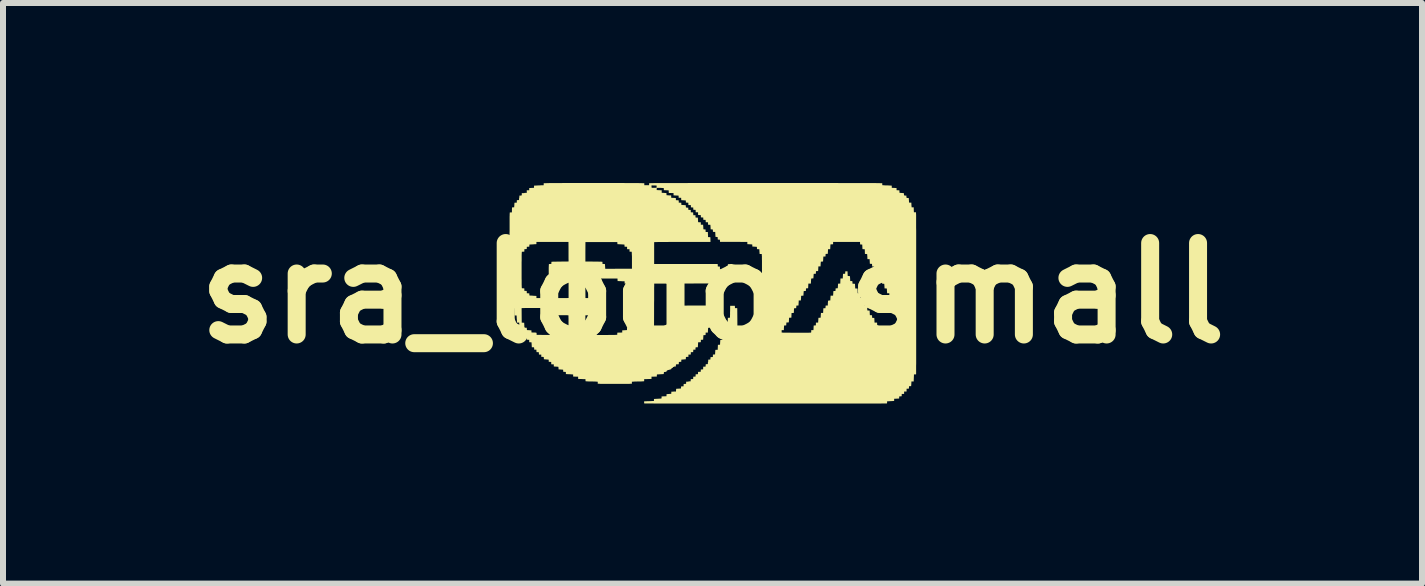
<source format=kicad_pcb>
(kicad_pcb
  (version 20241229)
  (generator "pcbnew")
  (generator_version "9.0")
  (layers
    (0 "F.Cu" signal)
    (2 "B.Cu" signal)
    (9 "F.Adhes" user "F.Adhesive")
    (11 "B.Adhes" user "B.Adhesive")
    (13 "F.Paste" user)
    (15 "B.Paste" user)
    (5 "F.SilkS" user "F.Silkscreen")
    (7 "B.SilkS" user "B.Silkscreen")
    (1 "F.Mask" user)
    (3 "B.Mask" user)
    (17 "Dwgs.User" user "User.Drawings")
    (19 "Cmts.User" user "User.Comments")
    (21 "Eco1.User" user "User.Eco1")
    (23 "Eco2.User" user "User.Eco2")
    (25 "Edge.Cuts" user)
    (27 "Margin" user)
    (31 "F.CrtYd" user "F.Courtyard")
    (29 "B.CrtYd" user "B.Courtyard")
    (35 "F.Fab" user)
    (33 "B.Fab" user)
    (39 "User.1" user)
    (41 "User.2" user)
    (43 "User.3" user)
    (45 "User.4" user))
  (footprint "sra_logo_small"
    (layer "F.Cu")
    (at 8.825 1.835)
    (property "Reference" "sra_logo_small" (at 0 0 0) (layer "F.SilkS") (effects (font (size 1.524 1.524) (thickness 0.3))))
    (attr board_only exclude_from_pos_files exclude_from_bom)
    (fp_poly (pts (xy 0.333 -0.448) (xy 0.351 -0.448) (xy 0.362 -0.447) (xy 0.369 -0.446) (xy 0.373 -0.445) (xy 0.375 -0.44) (xy 0.376 -0.432) (xy 0.376 -0.425) (xy 0.376 -0.408) (xy 0.412 -0.406) (xy 0.412 -0.246) (xy 0.373 -0.244) (xy 0.373 -0.198) (xy 0.361 -0.198) (xy 0.352 -0.198) (xy 0.34 -0.197) (xy 0.326 -0.197) (xy 0.323 -0.196) (xy 0.311 -0.196) (xy 0.302 -0.196) (xy 0.296 -0.196) (xy 0.295 -0.197) (xy 0.294 -0.2) (xy 0.294 -0.209) (xy 0.294 -0.221) (xy 0.293 -0.237) (xy 0.293 -0.255) (xy 0.293 -0.273) (xy 0.293 -0.295) (xy 0.293 -0.317) (xy 0.292 -0.338) (xy 0.292 -0.356) (xy 0.291 -0.371) (xy 0.291 -0.377) (xy 0.289 -0.408) (xy 0.256 -0.408) (xy 0.256 -0.482) (xy 0.282 -0.483) (xy 0.295 -0.484) (xy 0.308 -0.485) (xy 0.318 -0.485) (xy 0.321 -0.485) (xy 0.333 -0.485)) (stroke (width 0) (type solid)) (fill yes) (layer "F.SilkS"))
    (fp_poly (pts (xy -1.931 -1.835) (xy -1.871 -1.835) (xy -1.813 -1.835) (xy -1.755 -1.835) (xy -1.698 -1.835) (xy -1.642 -1.835) (xy -1.589 -1.835) (xy -1.537 -1.835) (xy -1.488 -1.835) (xy -1.442 -1.834) (xy -1.398 -1.834) (xy -1.358 -1.834) (xy -1.322 -1.834) (xy -1.29 -1.834) (xy -1.262 -1.834) (xy -1.238 -1.834) (xy -1.22 -1.833) (xy -1.207 -1.833) (xy -1.201 -1.833) (xy -1.137 -1.831) (xy -1.137 -1.798) (xy -1.057 -1.798) (xy -1.057 -1.831) (xy -1.024 -1.833) (xy -1.02 -1.833) (xy -1.009 -1.833) (xy -0.993 -1.833) (xy -0.972 -1.834) (xy -0.946 -1.834) (xy -0.915 -1.834) (xy -0.88 -1.834) (xy -0.84 -1.834) (xy -0.796 -1.834) (xy -0.748 -1.834) (xy -0.695 -1.834) (xy -0.64 -1.834) (xy -0.58 -1.834) (xy -0.518 -1.834) (xy -0.452 -1.834) (xy -0.383 -1.835) (xy -0.311 -1.835) (xy -0.237 -1.835) (xy -0.161 -1.835) (xy -0.082 -1.835) (xy -0.001 -1.835) (xy 0.081 -1.835) (xy 0.166 -1.835) (xy 0.252 -1.835) (xy 0.339 -1.835) (xy 0.427 -1.835) (xy 0.516 -1.835) (xy 0.606 -1.835) (xy 0.696 -1.835) (xy 0.787 -1.835) (xy 0.878 -1.835) (xy 0.968 -1.835) (xy 1.059 -1.835) (xy 1.149 -1.835) (xy 1.239 -1.835) (xy 1.328 -1.835) (xy 1.416 -1.835) (xy 1.503 -1.835) (xy 1.588 -1.835) (xy 1.673 -1.835) (xy 1.755 -1.835) (xy 1.835 -1.835) (xy 1.914 -1.835) (xy 1.99 -1.835) (xy 2.064 -1.835) (xy 2.135 -1.834) (xy 2.204 -1.834) (xy 2.269 -1.834) (xy 2.331 -1.834) (xy 2.39 -1.834) (xy 2.445 -1.834) (xy 2.497 -1.834) (xy 2.545 -1.834) (xy 2.588 -1.834) (xy 2.628 -1.834) (xy 2.662 -1.834) (xy 2.693 -1.834) (xy 2.718 -1.834) (xy 2.738 -1.833) (xy 2.753 -1.833) (xy 2.763 -1.833) (xy 2.766 -1.833) (xy 2.829 -1.831) (xy 2.829 -1.799) (xy 2.857 -1.797) (xy 2.872 -1.796) (xy 2.889 -1.795) (xy 2.904 -1.795) (xy 2.908 -1.795) (xy 2.921 -1.795) (xy 2.938 -1.794) (xy 2.954 -1.793) (xy 2.959 -1.793) (xy 2.987 -1.791) (xy 2.987 -1.755) (xy 3.027 -1.753) (xy 3.067 -1.751) (xy 3.067 -1.715) (xy 3.091 -1.714) (xy 3.114 -1.713) (xy 3.116 -1.672) (xy 3.135 -1.67) (xy 3.148 -1.669) (xy 3.164 -1.668) (xy 3.172 -1.667) (xy 3.19 -1.665) (xy 3.19 -1.649) (xy 3.191 -1.639) (xy 3.192 -1.632) (xy 3.194 -1.629) (xy 3.198 -1.627) (xy 3.207 -1.626) (xy 3.214 -1.625) (xy 3.231 -1.625) (xy 3.231 -1.609) (xy 3.231 -1.599) (xy 3.233 -1.592) (xy 3.234 -1.589) (xy 3.239 -1.587) (xy 3.247 -1.585) (xy 3.254 -1.585) (xy 3.27 -1.585) (xy 3.273 -1.547) (xy 3.275 -1.509) (xy 3.295 -1.508) (xy 3.314 -1.507) (xy 3.314 -1.495) (xy 3.314 -1.486) (xy 3.315 -1.474) (xy 3.315 -1.461) (xy 3.316 -1.457) (xy 3.318 -1.43) (xy 3.353 -1.429) (xy 3.354 -1.388) (xy 3.356 -1.348) (xy 3.373 -1.347) (xy 3.391 -1.347) (xy 3.392 -1.314) (xy 3.393 -1.309) (xy 3.393 -1.299) (xy 3.393 -1.283) (xy 3.393 -1.262) (xy 3.393 -1.236) (xy 3.393 -1.206) (xy 3.393 -1.172) (xy 3.393 -1.133) (xy 3.393 -1.09) (xy 3.394 -1.044) (xy 3.394 -0.994) (xy 3.394 -0.941) (xy 3.394 -0.885) (xy 3.394 -0.826) (xy 3.394 -0.765) (xy 3.394 -0.701) (xy 3.394 -0.634) (xy 3.394 -0.566) (xy 3.394 -0.497) (xy 3.394 -0.425) (xy 3.394 -0.353) (xy 3.394 -0.279) (xy 3.394 -0.204) (xy 3.394 -0.129) (xy 3.394 -0.054) (xy 3.394 0.022) (xy 3.394 0.098) (xy 3.394 0.174) (xy 3.394 0.249) (xy 3.394 0.323) (xy 3.394 0.397) (xy 3.394 0.469) (xy 3.394 0.54) (xy 3.394 0.61) (xy 3.394 0.678) (xy 3.394 0.744) (xy 3.394 0.807) (xy 3.394 0.869) (xy 3.394 0.927) (xy 3.394 0.983) (xy 3.394 1.036) (xy 3.394 1.085) (xy 3.394 1.131) (xy 3.394 1.173) (xy 3.393 1.212) (xy 3.393 1.246) (xy 3.393 1.275) (xy 3.393 1.301) (xy 3.393 1.321) (xy 3.393 1.336) (xy 3.393 1.346) (xy 3.393 1.351) (xy 3.393 1.351) (xy 3.39 1.354) (xy 3.384 1.355) (xy 3.374 1.355) (xy 3.357 1.355) (xy 3.357 1.369) (xy 3.356 1.377) (xy 3.356 1.389) (xy 3.355 1.404) (xy 3.355 1.42) (xy 3.354 1.427) (xy 3.353 1.472) (xy 3.334 1.473) (xy 3.315 1.473) (xy 3.313 1.512) (xy 3.31 1.55) (xy 3.293 1.551) (xy 3.275 1.552) (xy 3.274 1.572) (xy 3.272 1.592) (xy 3.253 1.593) (xy 3.234 1.594) (xy 3.234 1.64) (xy 3.193 1.64) (xy 3.193 1.68) (xy 3.153 1.68) (xy 3.153 1.699) (xy 3.152 1.719) (xy 3.111 1.722) (xy 3.11 1.757) (xy 3.027 1.761) (xy 3.027 1.797) (xy 2.996 1.799) (xy 2.979 1.8) (xy 2.96 1.801) (xy 2.943 1.802) (xy 2.937 1.802) (xy 2.909 1.804) (xy 2.909 1.821) (xy 2.909 1.831) (xy 2.907 1.837) (xy 2.904 1.839) (xy 2.901 1.839) (xy 2.893 1.839) (xy 2.879 1.839) (xy 2.859 1.839) (xy 2.835 1.839) (xy 2.806 1.84) (xy 2.772 1.84) (xy 2.734 1.84) (xy 2.691 1.84) (xy 2.644 1.84) (xy 2.594 1.84) (xy 2.539 1.84) (xy 2.481 1.84) (xy 2.419 1.84) (xy 2.354 1.84) (xy 2.286 1.84) (xy 2.215 1.84) (xy 2.142 1.84) (xy 2.066 1.84) (xy 1.987 1.84) (xy 1.906 1.84) (xy 1.823 1.84) (xy 1.739 1.84) (xy 1.653 1.84) (xy 1.565 1.84) (xy 1.476 1.84) (xy 1.385 1.84) (xy 1.294 1.84) (xy 1.202 1.84) (xy 1.11 1.84) (xy 1.017 1.84) (xy 0.923 1.84) (xy 0.83 1.84) (xy 0.737 1.84) (xy 0.644 1.84) (xy 0.551 1.84) (xy 0.459 1.84) (xy 0.368 1.84) (xy 0.278 1.84) (xy 0.189 1.84) (xy 0.102 1.84) (xy 0.016 1.84) (xy -0.069 1.84) (xy -0.151 1.84) (xy -0.231 1.84) (xy -0.31 1.84) (xy -0.385 1.84) (xy -0.459 1.84) (xy -0.529 1.84) (xy -0.597 1.84) (xy -0.661 1.84) (xy -0.722 1.84) (xy -0.78 1.84) (xy -0.834 1.84) (xy -0.884 1.84) (xy -0.93 1.84) (xy -0.972 1.84) (xy -1.01 1.839) (xy -1.043 1.839) (xy -1.071 1.839) (xy -1.095 1.839) (xy -1.113 1.839) (xy -1.126 1.839) (xy -1.134 1.839) (xy -1.136 1.839) (xy -1.139 1.835) (xy -1.14 1.826) (xy -1.14 1.821) (xy -1.14 1.804) (xy -1.095 1.802) (xy -1.075 1.801) (xy -1.054 1.801) (xy -1.033 1.8) (xy -1.016 1.799) (xy -1.013 1.799) (xy -0.976 1.797) (xy -0.976 1.764) (xy -0.92 1.761) (xy -0.902 1.76) (xy -0.886 1.759) (xy -0.872 1.758) (xy -0.862 1.758) (xy -0.857 1.757) (xy -0.857 1.757) (xy -0.853 1.757) (xy -0.851 1.754) (xy -0.85 1.749) (xy -0.849 1.74) (xy -0.849 1.722) (xy -0.808 1.72) (xy -0.768 1.719) (xy -0.766 1.684) (xy -0.727 1.681) (xy -0.688 1.678) (xy -0.686 1.643) (xy -0.66 1.642) (xy -0.646 1.641) (xy -0.634 1.64) (xy -0.624 1.64) (xy -0.621 1.64) (xy -0.609 1.64) (xy -0.608 1.618) (xy -0.607 1.606) (xy -0.606 1.599) (xy -0.604 1.595) (xy -0.603 1.595) (xy -0.599 1.594) (xy -0.59 1.594) (xy -0.578 1.593) (xy -0.564 1.592) (xy -0.562 1.592) (xy -0.526 1.59) (xy -0.524 1.555) (xy -0.503 1.554) (xy -0.483 1.553) (xy -0.482 1.534) (xy -0.481 1.515) (xy -0.461 1.513) (xy -0.441 1.512) (xy -0.439 1.476) (xy -0.421 1.476) (xy -0.411 1.476) (xy -0.404 1.475) (xy -0.401 1.473) (xy -0.397 1.472) (xy -0.389 1.471) (xy -0.382 1.47) (xy -0.365 1.47) (xy -0.363 1.434) (xy -0.343 1.433) (xy -0.323 1.432) (xy -0.322 1.412) (xy -0.321 1.393) (xy -0.302 1.392) (xy -0.283 1.391) (xy -0.282 1.372) (xy -0.281 1.353) (xy -0.262 1.352) (xy -0.243 1.351) (xy -0.242 1.332) (xy -0.241 1.313) (xy -0.219 1.312) (xy -0.197 1.311) (xy -0.196 1.292) (xy -0.195 1.272) (xy -0.176 1.272) (xy -0.157 1.271) (xy -0.155 1.226) (xy -0.136 1.226) (xy -0.116 1.225) (xy -0.113 1.185) (xy -0.078 1.183) (xy -0.078 1.166) (xy -0.077 1.157) (xy -0.076 1.15) (xy -0.075 1.147) (xy -0.073 1.144) (xy -0.072 1.136) (xy -0.072 1.127) (xy -0.072 1.109) (xy -0.036 1.107) (xy -0.033 1.067) (xy -0.014 1.066) (xy 0.005 1.065) (xy 0.006 1.044) (xy 0.007 1.024) (xy 0.025 1.023) (xy 0.042 1.022) (xy 0.047 0.946) (xy 0.066 0.945) (xy 0.086 0.945) (xy 0.088 0.903) (xy 0.09 0.862) (xy 0.107 0.861) (xy 0.125 0.86) (xy 0.127 0.821) (xy 0.13 0.781) (xy 0.15 0.78) (xy 0.171 0.78) (xy 0.172 0.739) (xy 0.174 0.699) (xy 0.192 0.698) (xy 0.211 0.696) (xy 0.213 0.65) (xy 0.213 0.634) (xy 0.214 0.618) (xy 0.215 0.604) (xy 0.215 0.594) (xy 0.215 0.591) (xy 0.215 0.577) (xy 0.251 0.576) (xy 0.253 0.505) (xy 0.254 0.485) (xy 0.254 0.466) (xy 0.254 0.449) (xy 0.255 0.436) (xy 0.255 0.426) (xy 0.255 0.423) (xy 0.256 0.411) (xy 0.273 0.411) (xy 0.282 0.411) (xy 0.288 0.41) (xy 0.29 0.408) (xy 0.29 0.403) (xy 0.29 0.403) (xy 0.291 0.398) (xy 0.291 0.388) (xy 0.291 0.374) (xy 0.292 0.357) (xy 0.292 0.337) (xy 0.292 0.315) (xy 0.293 0.303) (xy 0.294 0.211) (xy 0.372 0.211) (xy 0.373 0.23) (xy 0.374 0.25) (xy 0.393 0.25) (xy 0.412 0.251) (xy 0.414 0.474) (xy 0.415 0.696) (xy 0.618 0.697) (xy 0.82 0.698) (xy 0.822 0.667) (xy 0.823 0.659) (xy 0.823 0.657) (xy 1.152 0.657) (xy 1.171 0.658) (xy 1.177 0.659) (xy 1.188 0.659) (xy 1.204 0.659) (xy 1.224 0.659) (xy 1.248 0.659) (xy 1.276 0.659) (xy 1.306 0.66) (xy 1.338 0.66) (xy 1.373 0.66) (xy 1.408 0.66) (xy 1.414 0.66) (xy 1.458 0.66) (xy 1.496 0.66) (xy 1.529 0.66) (xy 1.557 0.66) (xy 1.581 0.66) (xy 1.6 0.66) (xy 1.615 0.659) (xy 1.627 0.659) (xy 1.635 0.658) (xy 1.64 0.658) (xy 1.642 0.657) (xy 1.642 0.657) (xy 1.644 0.652) (xy 1.645 0.644) (xy 1.645 0.636) (xy 1.645 0.617) (xy 1.682 0.617) (xy 1.684 0.579) (xy 1.686 0.54) (xy 1.704 0.539) (xy 1.722 0.538) (xy 1.723 0.491) (xy 1.76 0.491) (xy 1.765 0.412) (xy 1.783 0.411) (xy 1.802 0.409) (xy 1.804 0.37) (xy 1.807 0.33) (xy 1.843 0.33) (xy 1.845 0.292) (xy 1.847 0.253) (xy 1.865 0.252) (xy 1.882 0.251) (xy 1.884 0.23) (xy 1.885 0.208) (xy 1.903 0.207) (xy 1.921 0.207) (xy 1.922 0.17) (xy 1.923 0.156) (xy 1.924 0.143) (xy 1.925 0.134) (xy 1.925 0.129) (xy 1.925 0.129) (xy 1.927 0.127) (xy 1.933 0.125) (xy 1.944 0.123) (xy 1.963 0.122) (xy 1.965 0.083) (xy 1.968 0.043) (xy 2.009 0.043) (xy 2.012 0.004) (xy 2.014 -0.034) (xy 2.031 -0.035) (xy 2.049 -0.036) (xy 2.052 -0.079) (xy 2.069 -0.08) (xy 2.087 -0.081) (xy 2.09 -0.119) (xy 2.092 -0.157) (xy 2.129 -0.159) (xy 2.132 -0.243) (xy 2.152 -0.244) (xy 2.171 -0.244) (xy 2.171 -0.257) (xy 2.171 -0.265) (xy 2.172 -0.277) (xy 2.173 -0.291) (xy 2.173 -0.295) (xy 2.175 -0.321) (xy 2.21 -0.323) (xy 2.213 -0.363) (xy 2.25 -0.363) (xy 2.251 -0.325) (xy 2.253 -0.286) (xy 2.29 -0.283) (xy 2.293 -0.242) (xy 2.295 -0.201) (xy 2.33 -0.2) (xy 2.332 -0.178) (xy 2.333 -0.157) (xy 2.374 -0.155) (xy 2.376 -0.116) (xy 2.378 -0.078) (xy 2.397 -0.077) (xy 2.417 -0.076) (xy 2.418 -0.037) (xy 2.419 0.001) (xy 2.438 0.003) (xy 2.457 0.004) (xy 2.462 0.08) (xy 2.479 0.081) (xy 2.497 0.082) (xy 2.5 0.125) (xy 2.535 0.127) (xy 2.539 0.21) (xy 2.575 0.21) (xy 2.578 0.249) (xy 2.58 0.289) (xy 2.599 0.29) (xy 2.618 0.291) (xy 2.622 0.367) (xy 2.64 0.368) (xy 2.658 0.369) (xy 2.659 0.391) (xy 2.661 0.412) (xy 2.678 0.413) (xy 2.696 0.414) (xy 2.698 0.452) (xy 2.7 0.491) (xy 2.742 0.491) (xy 2.747 0.576) (xy 2.784 0.579) (xy 2.786 0.617) (xy 2.787 0.656) (xy 2.809 0.658) (xy 2.815 0.658) (xy 2.826 0.659) (xy 2.843 0.659) (xy 2.863 0.659) (xy 2.888 0.659) (xy 2.915 0.66) (xy 2.945 0.66) (xy 2.978 0.66) (xy 3.013 0.66) (xy 3.048 0.66) (xy 3.052 0.66) (xy 3.274 0.66) (xy 3.275 0.654) (xy 3.276 0.648) (xy 3.276 0.638) (xy 3.275 0.626) (xy 3.275 0.613) (xy 3.272 0.579) (xy 3.235 0.576) (xy 3.234 0.534) (xy 3.232 0.492) (xy 3.193 0.491) (xy 3.193 0.448) (xy 3.157 0.448) (xy 3.154 0.408) (xy 3.152 0.369) (xy 3.117 0.367) (xy 3.114 0.329) (xy 3.111 0.291) (xy 3.09 0.29) (xy 3.068 0.289) (xy 3.067 0.25) (xy 3.066 0.211) (xy 3.046 0.21) (xy 3.027 0.209) (xy 3.025 0.168) (xy 3.023 0.127) (xy 2.988 0.125) (xy 2.985 0.082) (xy 2.968 0.081) (xy 2.95 0.08) (xy 2.948 0.054) (xy 2.947 0.041) (xy 2.947 0.028) (xy 2.946 0.018) (xy 2.946 0.015) (xy 2.946 0.003) (xy 2.91 0.003) (xy 2.907 -0.037) (xy 2.905 -0.076) (xy 2.886 -0.078) (xy 2.867 -0.079) (xy 2.865 -0.117) (xy 2.862 -0.155) (xy 2.827 -0.157) (xy 2.826 -0.178) (xy 2.824 -0.2) (xy 2.789 -0.201) (xy 2.787 -0.243) (xy 2.785 -0.284) (xy 2.749 -0.284) (xy 2.746 -0.324) (xy 2.744 -0.363) (xy 2.722 -0.365) (xy 2.701 -0.366) (xy 2.698 -0.404) (xy 2.696 -0.442) (xy 2.661 -0.444) (xy 2.659 -0.465) (xy 2.658 -0.487) (xy 2.64 -0.488) (xy 2.622 -0.488) (xy 2.62 -0.527) (xy 2.618 -0.566) (xy 2.582 -0.566) (xy 2.58 -0.608) (xy 2.577 -0.65) (xy 2.559 -0.652) (xy 2.54 -0.653) (xy 2.537 -0.731) (xy 2.518 -0.732) (xy 2.499 -0.733) (xy 2.497 -0.771) (xy 2.495 -0.81) (xy 2.477 -0.81) (xy 2.46 -0.811) (xy 2.459 -0.832) (xy 2.458 -0.853) (xy 2.01 -0.853) (xy 2.009 -0.814) (xy 1.987 -0.813) (xy 1.965 -0.812) (xy 1.963 -0.772) (xy 1.961 -0.732) (xy 1.925 -0.732) (xy 1.923 -0.694) (xy 1.921 -0.655) (xy 1.903 -0.654) (xy 1.885 -0.653) (xy 1.884 -0.632) (xy 1.882 -0.61) (xy 1.847 -0.609) (xy 1.842 -0.527) (xy 1.805 -0.524) (xy 1.802 -0.485) (xy 1.8 -0.445) (xy 1.764 -0.445) (xy 1.762 -0.406) (xy 1.76 -0.368) (xy 1.742 -0.367) (xy 1.724 -0.366) (xy 1.723 -0.345) (xy 1.722 -0.323) (xy 1.704 -0.322) (xy 1.686 -0.321) (xy 1.681 -0.246) (xy 1.663 -0.245) (xy 1.653 -0.244) (xy 1.646 -0.242) (xy 1.644 -0.24) (xy 1.644 -0.236) (xy 1.643 -0.228) (xy 1.642 -0.216) (xy 1.641 -0.201) (xy 1.641 -0.197) (xy 1.639 -0.158) (xy 1.597 -0.158) (xy 1.595 -0.119) (xy 1.593 -0.081) (xy 1.576 -0.08) (xy 1.558 -0.079) (xy 1.555 -0.036) (xy 1.537 -0.035) (xy 1.52 -0.034) (xy 1.517 0.004) (xy 1.515 0.042) (xy 1.477 0.045) (xy 1.475 0.084) (xy 1.472 0.123) (xy 1.436 0.123) (xy 1.436 0.137) (xy 1.436 0.146) (xy 1.435 0.159) (xy 1.434 0.173) (xy 1.434 0.179) (xy 1.432 0.207) (xy 1.397 0.208) (xy 1.396 0.23) (xy 1.394 0.251) (xy 1.359 0.253) (xy 1.357 0.279) (xy 1.356 0.293) (xy 1.356 0.305) (xy 1.355 0.315) (xy 1.355 0.318) (xy 1.355 0.33) (xy 1.317 0.332) (xy 1.314 0.409) (xy 1.294 0.41) (xy 1.275 0.411) (xy 1.275 0.423) (xy 1.275 0.432) (xy 1.274 0.444) (xy 1.273 0.458) (xy 1.273 0.462) (xy 1.271 0.488) (xy 1.251 0.489) (xy 1.231 0.49) (xy 1.228 0.538) (xy 1.193 0.54) (xy 1.191 0.566) (xy 1.19 0.58) (xy 1.189 0.593) (xy 1.189 0.603) (xy 1.189 0.605) (xy 1.189 0.617) (xy 1.152 0.617) (xy 1.152 0.657) (xy 0.823 0.657) (xy 0.823 0.645) (xy 0.823 0.626) (xy 0.823 0.604) (xy 0.824 0.579) (xy 0.824 0.55) (xy 0.824 0.52) (xy 0.824 0.488) (xy 0.824 0.455) (xy 0.824 0.421) (xy 0.824 0.388) (xy 0.824 0.355) (xy 0.823 0.324) (xy 0.823 0.295) (xy 0.823 0.268) (xy 0.823 0.244) (xy 0.823 0.224) (xy 0.822 0.208) (xy 0.822 0.198) (xy 0.822 0.194) (xy 0.82 0.168) (xy 0.785 0.166) (xy 0.781 0.084) (xy 0.761 0.083) (xy 0.742 0.082) (xy 0.741 0.063) (xy 0.741 0.043) (xy 0.721 0.042) (xy 0.702 0.042) (xy 0.702 -0.036) (xy 0.721 -0.037) (xy 0.741 -0.038) (xy 0.741 -0.057) (xy 0.742 -0.076) (xy 0.761 -0.077) (xy 0.78 -0.078) (xy 0.782 -0.116) (xy 0.785 -0.155) (xy 0.802 -0.156) (xy 0.82 -0.157) (xy 0.822 -0.181) (xy 0.822 -0.189) (xy 0.822 -0.202) (xy 0.823 -0.22) (xy 0.823 -0.241) (xy 0.823 -0.266) (xy 0.823 -0.294) (xy 0.824 -0.323) (xy 0.824 -0.354) (xy 0.824 -0.386) (xy 0.824 -0.419) (xy 0.824 -0.451) (xy 0.824 -0.482) (xy 0.824 -0.511) (xy 0.824 -0.539) (xy 0.823 -0.563) (xy 0.823 -0.584) (xy 0.823 -0.602) (xy 0.823 -0.614) (xy 0.822 -0.62) (xy 0.82 -0.652) (xy 0.785 -0.652) (xy 0.782 -0.691) (xy 0.78 -0.731) (xy 0.76 -0.732) (xy 0.741 -0.733) (xy 0.74 -0.752) (xy 0.739 -0.771) (xy 0.702 -0.774) (xy 0.664 -0.776) (xy 0.662 -0.811) (xy 0.621 -0.814) (xy 0.58 -0.816) (xy 0.58 -0.853) (xy 0.352 -0.854) (xy 0.125 -0.854) (xy 0.124 -0.872) (xy 0.123 -0.89) (xy 0.105 -0.891) (xy 0.088 -0.892) (xy 0.086 -0.913) (xy 0.085 -0.935) (xy 0.067 -0.936) (xy 0.05 -0.936) (xy 0.047 -0.978) (xy 0.045 -1.019) (xy 0.026 -1.02) (xy 0.007 -1.021) (xy 0.006 -1.041) (xy 0.004 -1.061) (xy -0.031 -1.063) (xy -0.033 -1.101) (xy -0.036 -1.139) (xy -0.055 -1.139) (xy -0.075 -1.14) (xy -0.075 -1.18) (xy -0.113 -1.182) (xy -0.114 -1.201) (xy -0.115 -1.22) (xy -0.134 -1.221) (xy -0.154 -1.222) (xy -0.154 -1.241) (xy -0.155 -1.26) (xy -0.175 -1.261) (xy -0.194 -1.262) (xy -0.195 -1.281) (xy -0.196 -1.301) (xy -0.218 -1.301) (xy -0.24 -1.302) (xy -0.241 -1.324) (xy -0.241 -1.347) (xy -0.261 -1.347) (xy -0.28 -1.348) (xy -0.281 -1.368) (xy -0.282 -1.387) (xy -0.301 -1.388) (xy -0.32 -1.388) (xy -0.321 -1.408) (xy -0.322 -1.427) (xy -0.341 -1.428) (xy -0.36 -1.429) (xy -0.361 -1.448) (xy -0.362 -1.467) (xy -0.402 -1.467) (xy -0.403 -1.487) (xy -0.403 -1.506) (xy -0.424 -1.508) (xy -0.444 -1.509) (xy -0.445 -1.544) (xy -0.483 -1.547) (xy -0.521 -1.549) (xy -0.522 -1.569) (xy -0.523 -1.588) (xy -0.544 -1.589) (xy -0.564 -1.589) (xy -0.566 -1.625) (xy -0.607 -1.627) (xy -0.649 -1.629) (xy -0.65 -1.648) (xy -0.65 -1.667) (xy -0.69 -1.668) (xy -0.729 -1.669) (xy -0.73 -1.691) (xy -0.731 -1.713) (xy -0.771 -1.714) (xy -0.811 -1.716) (xy -0.812 -1.733) (xy -0.813 -1.751) (xy -0.851 -1.753) (xy -0.867 -1.754) (xy -0.884 -1.754) (xy -0.898 -1.754) (xy -0.909 -1.754) (xy -0.929 -1.753) (xy -0.93 -1.736) (xy -0.931 -1.718) (xy -0.903 -1.716) (xy -0.889 -1.715) (xy -0.875 -1.715) (xy -0.864 -1.714) (xy -0.861 -1.714) (xy -0.847 -1.714) (xy -0.847 -1.672) (xy -0.811 -1.67) (xy -0.796 -1.669) (xy -0.784 -1.668) (xy -0.775 -1.668) (xy -0.771 -1.667) (xy -0.77 -1.667) (xy -0.768 -1.663) (xy -0.767 -1.654) (xy -0.767 -1.649) (xy -0.767 -1.632) (xy -0.74 -1.63) (xy -0.727 -1.629) (xy -0.714 -1.629) (xy -0.704 -1.628) (xy -0.702 -1.628) (xy -0.689 -1.628) (xy -0.689 -1.609) (xy -0.688 -1.589) (xy -0.612 -1.585) (xy -0.611 -1.567) (xy -0.61 -1.549) (xy -0.587 -1.548) (xy -0.564 -1.546) (xy -0.563 -1.527) (xy -0.563 -1.508) (xy -0.521 -1.506) (xy -0.52 -1.488) (xy -0.52 -1.471) (xy -0.502 -1.469) (xy -0.489 -1.468) (xy -0.474 -1.467) (xy -0.464 -1.466) (xy -0.445 -1.464) (xy -0.445 -1.448) (xy -0.445 -1.438) (xy -0.443 -1.431) (xy -0.442 -1.428) (xy -0.437 -1.426) (xy -0.429 -1.425) (xy -0.422 -1.424) (xy -0.405 -1.424) (xy -0.403 -1.388) (xy -0.383 -1.387) (xy -0.363 -1.386) (xy -0.362 -1.347) (xy -0.342 -1.346) (xy -0.323 -1.345) (xy -0.322 -1.322) (xy -0.32 -1.299) (xy -0.284 -1.298) (xy -0.284 -1.282) (xy -0.284 -1.27) (xy -0.283 -1.263) (xy -0.279 -1.259) (xy -0.272 -1.258) (xy -0.263 -1.258) (xy -0.245 -1.258) (xy -0.242 -1.22) (xy -0.24 -1.182) (xy -0.218 -1.181) (xy -0.195 -1.18) (xy -0.195 -1.14) (xy -0.157 -1.139) (xy -0.154 -1.101) (xy -0.152 -1.063) (xy -0.134 -1.062) (xy -0.116 -1.061) (xy -0.115 -1.019) (xy -0.078 -1.019) (xy -0.077 -0.991) (xy -0.076 -0.977) (xy -0.075 -0.963) (xy -0.075 -0.952) (xy -0.075 -0.949) (xy -0.075 -0.934) (xy -0.055 -0.933) (xy -0.036 -0.932) (xy -0.035 -0.892) (xy -0.034 -0.853) (xy -0.473 -0.853) (xy -0.524 -0.853) (xy -0.573 -0.853) (xy -0.62 -0.853) (xy -0.666 -0.853) (xy -0.709 -0.853) (xy -0.75 -0.852) (xy -0.788 -0.852) (xy -0.822 -0.852) (xy -0.853 -0.852) (xy -0.88 -0.852) (xy -0.903 -0.852) (xy -0.921 -0.851) (xy -0.934 -0.851) (xy -0.942 -0.851) (xy -0.943 -0.851) (xy -0.973 -0.849) (xy -0.973 -0.485) (xy 0.086 -0.485) (xy 0.087 -0.464) (xy 0.088 -0.444) (xy 0.105 -0.443) (xy 0.123 -0.442) (xy 0.124 -0.384) (xy 0.125 -0.353) (xy 0.126 -0.321) (xy 0.126 -0.29) (xy 0.126 -0.261) (xy 0.126 -0.234) (xy 0.125 -0.211) (xy 0.125 -0.192) (xy 0.124 -0.189) (xy 0.123 -0.161) (xy -0.424 -0.16) (xy -0.479 -0.16) (xy -0.533 -0.16) (xy -0.586 -0.16) (xy -0.636 -0.16) (xy -0.684 -0.16) (xy -0.729 -0.159) (xy -0.771 -0.159) (xy -0.81 -0.159) (xy -0.845 -0.159) (xy -0.877 -0.159) (xy -0.904 -0.159) (xy -0.928 -0.159) (xy -0.946 -0.158) (xy -0.96 -0.158) (xy -0.968 -0.158) (xy -0.972 -0.158) (xy -0.972 -0.158) (xy -0.972 -0.155) (xy -0.972 -0.147) (xy -0.972 -0.133) (xy -0.972 -0.115) (xy -0.973 -0.092) (xy -0.973 -0.065) (xy -0.973 -0.035) (xy -0.973 -0.000467) (xy -0.973 0.037) (xy -0.973 0.077) (xy -0.973 0.119) (xy -0.974 0.164) (xy -0.974 0.211) (xy -0.974 0.25) (xy -0.975 0.656) (xy -0.954 0.657) (xy -0.934 0.658) (xy -0.932 0.696) (xy -0.73 0.696) (xy -0.697 0.696) (xy -0.665 0.696) (xy -0.635 0.696) (xy -0.608 0.696) (xy -0.584 0.696) (xy -0.564 0.695) (xy -0.547 0.695) (xy -0.535 0.695) (xy -0.528 0.694) (xy -0.526 0.694) (xy -0.526 0.691) (xy -0.526 0.682) (xy -0.525 0.669) (xy -0.525 0.651) (xy -0.524 0.629) (xy -0.524 0.604) (xy -0.524 0.575) (xy -0.523 0.543) (xy -0.523 0.51) (xy -0.523 0.474) (xy -0.523 0.45) (xy -0.521 0.208) (xy -0.294 0.207) (xy -0.256 0.207) (xy -0.219 0.207) (xy -0.181 0.207) (xy -0.145 0.207) (xy -0.111 0.207) (xy -0.079 0.207) (xy -0.051 0.208) (xy -0.026 0.208) (xy -0.006 0.208) (xy 0.008 0.208) (xy 0.083 0.21) (xy 0.083 0.253) (xy 0.049 0.253) (xy 0.048 0.266) (xy 0.048 0.274) (xy 0.048 0.286) (xy 0.047 0.301) (xy 0.047 0.318) (xy 0.046 0.326) (xy 0.045 0.372) (xy 0.027 0.373) (xy 0.009 0.374) (xy 0.002 0.491) (xy -0.034 0.491) (xy -0.036 0.576) (xy -0.073 0.579) (xy -0.076 0.618) (xy -0.078 0.658) (xy -0.115 0.658) (xy -0.115 0.678) (xy -0.116 0.699) (xy -0.152 0.701) (xy -0.154 0.739) (xy -0.157 0.777) (xy -0.195 0.778) (xy -0.195 0.818) (xy -0.218 0.819) (xy -0.24 0.82) (xy -0.242 0.861) (xy -0.245 0.902) (xy -0.261 0.902) (xy -0.271 0.902) (xy -0.278 0.904) (xy -0.281 0.905) (xy -0.283 0.91) (xy -0.284 0.918) (xy -0.284 0.925) (xy -0.284 0.942) (xy -0.32 0.943) (xy -0.323 0.984) (xy -0.342 0.984) (xy -0.362 0.985) (xy -0.362 1.004) (xy -0.363 1.024) (xy -0.402 1.025) (xy -0.402 1.063) (xy -0.42 1.063) (xy -0.431 1.063) (xy -0.438 1.064) (xy -0.442 1.066) (xy -0.444 1.071) (xy -0.445 1.079) (xy -0.445 1.086) (xy -0.445 1.102) (xy -0.464 1.104) (xy -0.478 1.105) (xy -0.493 1.107) (xy -0.501 1.107) (xy -0.52 1.109) (xy -0.521 1.144) (xy -0.541 1.146) (xy -0.561 1.147) (xy -0.562 1.167) (xy -0.563 1.186) (xy -0.61 1.187) (xy -0.611 1.205) (xy -0.612 1.223) (xy -0.65 1.225) (xy -0.688 1.228) (xy -0.689 1.249) (xy -0.691 1.271) (xy -0.729 1.273) (xy -0.766 1.276) (xy -0.768 1.311) (xy -0.79 1.312) (xy -0.811 1.314) (xy -0.812 1.331) (xy -0.813 1.349) (xy -0.864 1.352) (xy -0.881 1.353) (xy -0.896 1.354) (xy -0.909 1.355) (xy -0.917 1.355) (xy -0.921 1.355) (xy -0.924 1.356) (xy -0.926 1.358) (xy -0.928 1.364) (xy -0.928 1.373) (xy -0.929 1.391) (xy -0.973 1.392) (xy -1.017 1.393) (xy -1.017 1.43) (xy -1.032 1.43) (xy -1.04 1.431) (xy -1.052 1.431) (xy -1.068 1.432) (xy -1.085 1.432) (xy -1.093 1.433) (xy -1.139 1.434) (xy -1.139 1.452) (xy -1.14 1.469) (xy -1.171 1.471) (xy -1.186 1.472) (xy -1.205 1.473) (xy -1.224 1.473) (xy -1.24 1.473) (xy -1.259 1.473) (xy -1.279 1.474) (xy -1.298 1.474) (xy -1.312 1.475) (xy -1.344 1.477) (xy -1.344 1.51) (xy -1.376 1.511) (xy -1.384 1.512) (xy -1.398 1.512) (xy -1.416 1.512) (xy -1.438 1.513) (xy -1.464 1.513) (xy -1.493 1.513) (xy -1.524 1.513) (xy -1.557 1.513) (xy -1.592 1.513) (xy -1.628 1.513) (xy -1.664 1.513) (xy -1.699 1.513) (xy -1.733 1.513) (xy -1.764 1.513) (xy -1.793 1.513) (xy -1.819 1.513) (xy -1.841 1.512) (xy -1.859 1.512) (xy -1.872 1.512) (xy -1.88 1.511) (xy -1.913 1.51) (xy -1.913 1.477) (xy -1.941 1.475) (xy -1.954 1.474) (xy -1.971 1.474) (xy -1.99 1.473) (xy -2.009 1.473) (xy -2.012 1.473) (xy -2.03 1.473) (xy -2.05 1.473) (xy -2.069 1.472) (xy -2.084 1.471) (xy -2.086 1.471) (xy -2.116 1.469) (xy -2.117 1.452) (xy -2.118 1.434) (xy -2.164 1.433) (xy -2.181 1.432) (xy -2.197 1.431) (xy -2.211 1.431) (xy -2.222 1.431) (xy -2.225 1.43) (xy -2.24 1.43) (xy -2.24 1.393) (xy -2.281 1.392) (xy -2.322 1.391) (xy -2.323 1.374) (xy -2.323 1.356) (xy -2.35 1.354) (xy -2.364 1.353) (xy -2.382 1.352) (xy -2.4 1.351) (xy -2.41 1.351) (xy -2.444 1.349) (xy -2.444 1.331) (xy -2.445 1.314) (xy -2.488 1.311) (xy -2.489 1.293) (xy -2.49 1.276) (xy -2.566 1.271) (xy -2.567 1.249) (xy -2.569 1.228) (xy -2.607 1.225) (xy -2.645 1.223) (xy -2.646 1.187) (xy -2.667 1.187) (xy -2.688 1.186) (xy -2.688 1.166) (xy -2.689 1.147) (xy -2.709 1.146) (xy -2.73 1.144) (xy -2.73 1.127) (xy -2.731 1.109) (xy -2.75 1.107) (xy -2.764 1.106) (xy -2.78 1.105) (xy -2.791 1.104) (xy -2.811 1.102) (xy -2.811 1.086) (xy -2.812 1.076) (xy -2.813 1.069) (xy -2.815 1.066) (xy -2.819 1.064) (xy -2.828 1.063) (xy -2.836 1.063) (xy -2.854 1.063) (xy -2.854 1.025) (xy -2.874 1.025) (xy -2.893 1.024) (xy -2.894 1.004) (xy -2.895 0.985) (xy -2.914 0.984) (xy -2.933 0.984) (xy -2.936 0.943) (xy -2.972 0.942) (xy -2.972 0.925) (xy -2.973 0.915) (xy -2.974 0.908) (xy -2.976 0.905) (xy -2.98 0.903) (xy -2.989 0.902) (xy -2.995 0.902) (xy -3.012 0.902) (xy -3.014 0.861) (xy -3.017 0.82) (xy -3.036 0.819) (xy -3.055 0.818) (xy -3.055 0.778) (xy -3.094 0.777) (xy -3.097 0.739) (xy -3.099 0.701) (xy -3.134 0.699) (xy -3.135 0.678) (xy -3.136 0.658) (xy -3.178 0.658) (xy -3.18 0.618) (xy -3.183 0.577) (xy -3.221 0.576) (xy -3.221 0.533) (xy -3.222 0.491) (xy -3.259 0.491) (xy -3.26 0.46) (xy -3.261 0.443) (xy -3.263 0.425) (xy -3.264 0.407) (xy -3.264 0.401) (xy -3.266 0.373) (xy -3.282 0.373) (xy -3.293 0.373) (xy -3.298 0.371) (xy -3.301 0.369) (xy -3.301 0.364) (xy -3.302 0.355) (xy -3.302 0.343) (xy -3.302 0.335) (xy -3.303 0.318) (xy -3.303 0.299) (xy -3.304 0.282) (xy -3.304 0.278) (xy -3.306 0.25) (xy -3.182 0.25) (xy -3.18 0.492) (xy -3.16 0.493) (xy -3.139 0.494) (xy -3.137 0.536) (xy -3.135 0.577) (xy -3.096 0.577) (xy -3.094 0.616) (xy -3.056 0.618) (xy -3.018 0.621) (xy -3.018 0.639) (xy -3.017 0.656) (xy -2.981 0.657) (xy -2.963 0.657) (xy -2.95 0.658) (xy -2.941 0.659) (xy -2.936 0.661) (xy -2.933 0.664) (xy -2.932 0.668) (xy -2.932 0.674) (xy -2.932 0.678) (xy -2.932 0.695) (xy -2.913 0.696) (xy -2.907 0.696) (xy -2.896 0.696) (xy -2.88 0.696) (xy -2.86 0.696) (xy -2.835 0.697) (xy -2.808 0.697) (xy -2.777 0.697) (xy -2.744 0.697) (xy -2.709 0.697) (xy -2.672 0.697) (xy -2.647 0.697) (xy -2.401 0.698) (xy -2.401 0.657) (xy -2.4 0.606) (xy -2.4 0.56) (xy -2.4 0.518) (xy -2.4 0.482) (xy -2.4 0.45) (xy -2.4 0.424) (xy -2.401 0.402) (xy -2.401 0.386) (xy -2.401 0.376) (xy -2.402 0.371) (xy -2.402 0.371) (xy -2.404 0.37) (xy -2.41 0.369) (xy -2.419 0.369) (xy -2.433 0.368) (xy -2.451 0.368) (xy -2.474 0.368) (xy -2.502 0.368) (xy -2.526 0.368) (xy -2.648 0.368) (xy -2.648 0.334) (xy -2.687 0.331) (xy -2.727 0.329) (xy -2.729 0.291) (xy -2.732 0.253) (xy -2.751 0.251) (xy -2.758 0.251) (xy -2.771 0.25) (xy -2.788 0.25) (xy -2.81 0.249) (xy -2.834 0.249) (xy -2.861 0.249) (xy -2.889 0.248) (xy -2.919 0.248) (xy -2.949 0.248) (xy -2.98 0.248) (xy -3.009 0.248) (xy -3.038 0.248) (xy -3.064 0.248) (xy -3.088 0.248) (xy -3.108 0.248) (xy -3.124 0.248) (xy -3.135 0.249) (xy -3.182 0.25) (xy -3.306 0.25) (xy -3.306 0.25) (xy -3.339 0.25) (xy -3.341 0.219) (xy -3.342 0.203) (xy -3.342 0.186) (xy -3.343 0.171) (xy -3.343 0.165) (xy -3.343 0.151) (xy -3.343 0.135) (xy -3.344 0.118) (xy -3.345 0.111) (xy -3.346 0.08) (xy -3.379 0.08) (xy -3.381 0.022) (xy -3.381 0.013) (xy -3.381 -0.001) (xy -3.382 -0.021) (xy -3.382 -0.045) (xy -3.382 -0.073) (xy -3.382 -0.105) (xy -3.382 -0.141) (xy -3.382 -0.18) (xy -3.382 -0.223) (xy -3.382 -0.267) (xy -3.383 -0.315) (xy -3.383 -0.364) (xy -3.383 -0.377) (xy -3.182 -0.377) (xy -3.182 -0.341) (xy -3.182 -0.306) (xy -3.182 -0.272) (xy -3.182 -0.24) (xy -3.181 -0.21) (xy -3.181 -0.183) (xy -3.181 -0.159) (xy -3.181 -0.138) (xy -3.18 -0.122) (xy -3.18 -0.111) (xy -3.18 -0.107) (xy -3.178 -0.081) (xy -3.137 -0.079) (xy -3.136 -0.058) (xy -3.136 -0.038) (xy -3.116 -0.037) (xy -3.097 -0.036) (xy -3.096 -0.017) (xy -3.095 0.003) (xy -3.075 0.003) (xy -3.054 0.004) (xy -3.053 0.022) (xy -3.052 0.032) (xy -3.051 0.038) (xy -3.049 0.04) (xy -3.047 0.04) (xy -3.043 0.04) (xy -3.034 0.041) (xy -3.021 0.042) (xy -3.006 0.042) (xy -2.989 0.044) (xy -2.935 0.047) (xy -2.935 0.083) (xy -2.399 0.082) (xy -2.399 -0.08) (xy -2.399 -0.243) (xy -2.517 -0.244) (xy -2.119 -0.244) (xy -2.119 -0.081) (xy -2.118 0.082) (xy -1.834 0.085) (xy -1.832 0.123) (xy -1.793 0.123) (xy -1.791 0.176) (xy -1.791 0.198) (xy -1.791 0.222) (xy -1.791 0.247) (xy -1.791 0.269) (xy -1.791 0.278) (xy -1.793 0.327) (xy -1.812 0.329) (xy -1.827 0.33) (xy -1.842 0.331) (xy -1.852 0.332) (xy -1.872 0.334) (xy -1.872 0.368) (xy -1.965 0.368) (xy -1.989 0.368) (xy -2.013 0.368) (xy -2.036 0.368) (xy -2.056 0.368) (xy -2.073 0.369) (xy -2.085 0.369) (xy -2.089 0.369) (xy -2.119 0.371) (xy -2.119 0.533) (xy -2.119 0.563) (xy -2.119 0.591) (xy -2.119 0.617) (xy -2.119 0.64) (xy -2.119 0.66) (xy -2.118 0.676) (xy -2.118 0.687) (xy -2.118 0.694) (xy -2.117 0.696) (xy -2.114 0.696) (xy -2.106 0.697) (xy -2.093 0.697) (xy -2.075 0.697) (xy -2.054 0.697) (xy -2.03 0.697) (xy -2.003 0.698) (xy -1.974 0.698) (xy -1.943 0.698) (xy -1.911 0.698) (xy -1.878 0.698) (xy -1.845 0.698) (xy -1.812 0.698) (xy -1.781 0.698) (xy -1.75 0.698) (xy -1.721 0.697) (xy -1.695 0.697) (xy -1.671 0.697) (xy -1.651 0.697) (xy -1.635 0.697) (xy -1.623 0.696) (xy -1.616 0.696) (xy -1.588 0.694) (xy -1.587 0.659) (xy -1.505 0.657) (xy -1.505 0.621) (xy -1.426 0.616) (xy -1.425 0.597) (xy -1.424 0.577) (xy -1.405 0.577) (xy -1.386 0.576) (xy -1.381 0.494) (xy -1.363 0.493) (xy -1.345 0.492) (xy -1.343 0.462) (xy -1.343 0.455) (xy -1.343 0.442) (xy -1.342 0.424) (xy -1.342 0.403) (xy -1.342 0.378) (xy -1.342 0.35) (xy -1.342 0.319) (xy -1.342 0.287) (xy -1.342 0.253) (xy -1.342 0.219) (xy -1.343 0.184) (xy -1.343 0.15) (xy -1.343 0.117) (xy -1.343 0.085) (xy -1.344 0.055) (xy -1.344 0.027) (xy -1.344 0.003) (xy -1.345 -0.018) (xy -1.345 -0.035) (xy -1.345 -0.047) (xy -1.346 -0.054) (xy -1.347 -0.074) (xy -1.365 -0.075) (xy -1.383 -0.076) (xy -1.384 -0.097) (xy -1.384 -0.117) (xy -1.404 -0.118) (xy -1.423 -0.119) (xy -1.425 -0.158) (xy -1.464 -0.158) (xy -1.465 -0.177) (xy -1.466 -0.197) (xy -1.511 -0.198) (xy -1.527 -0.199) (xy -1.543 -0.2) (xy -1.556 -0.2) (xy -1.566 -0.201) (xy -1.569 -0.201) (xy -1.582 -0.201) (xy -1.583 -0.222) (xy -1.584 -0.243) (xy -1.852 -0.243) (xy -2.119 -0.244) (xy -2.517 -0.244) (xy -2.54 -0.244) (xy -2.568 -0.245) (xy -2.594 -0.245) (xy -2.618 -0.245) (xy -2.639 -0.246) (xy -2.657 -0.246) (xy -2.671 -0.246) (xy -2.68 -0.246) (xy -2.684 -0.247) (xy -2.684 -0.247) (xy -2.687 -0.249) (xy -2.688 -0.257) (xy -2.688 -0.266) (xy -2.688 -0.284) (xy -2.707 -0.285) (xy -2.727 -0.286) (xy -2.728 -0.307) (xy -2.729 -0.317) (xy -2.73 -0.331) (xy -2.73 -0.349) (xy -2.73 -0.367) (xy -2.73 -0.385) (xy -2.73 -0.404) (xy -2.73 -0.423) (xy -2.729 -0.44) (xy -2.729 -0.454) (xy -2.728 -0.462) (xy -2.727 -0.484) (xy -2.686 -0.487) (xy -2.686 -0.505) (xy -2.685 -0.515) (xy -2.683 -0.521) (xy -2.681 -0.523) (xy -2.68 -0.523) (xy -2.676 -0.523) (xy -2.667 -0.523) (xy -2.654 -0.524) (xy -2.636 -0.524) (xy -2.615 -0.524) (xy -2.591 -0.525) (xy -2.565 -0.525) (xy -2.538 -0.525) (xy -2.537 -0.525) (xy -2.513 -0.526) (xy -2.119 -0.526) (xy -2.005 -0.526) (xy -1.979 -0.525) (xy -1.953 -0.525) (xy -1.929 -0.525) (xy -1.907 -0.525) (xy -1.888 -0.524) (xy -1.874 -0.524) (xy -1.864 -0.524) (xy -1.863 -0.524) (xy -1.835 -0.522) (xy -1.834 -0.487) (xy -1.793 -0.484) (xy -1.788 -0.405) (xy -1.565 -0.406) (xy -1.343 -0.406) (xy -1.343 -0.511) (xy -1.343 -0.537) (xy -1.343 -0.563) (xy -1.343 -0.587) (xy -1.343 -0.61) (xy -1.344 -0.629) (xy -1.345 -0.644) (xy -1.345 -0.652) (xy -1.347 -0.689) (xy -1.365 -0.69) (xy -1.383 -0.691) (xy -1.384 -0.732) (xy -1.424 -0.732) (xy -1.424 -0.772) (xy -1.445 -0.773) (xy -1.466 -0.774) (xy -1.467 -0.791) (xy -1.468 -0.809) (xy -1.526 -0.813) (xy -1.585 -0.816) (xy -1.586 -0.834) (xy -1.587 -0.851) (xy -2.118 -0.851) (xy -2.119 -0.688) (xy -2.119 -0.526) (xy -2.513 -0.526) (xy -2.399 -0.527) (xy -2.4 -0.589) (xy -2.4 -0.607) (xy -2.4 -0.63) (xy -2.4 -0.656) (xy -2.4 -0.684) (xy -2.4 -0.713) (xy -2.4 -0.741) (xy -2.4 -0.752) (xy -2.401 -0.853) (xy -2.935 -0.853) (xy -2.935 -0.816) (xy -2.966 -0.815) (xy -2.983 -0.813) (xy -3.001 -0.812) (xy -3.019 -0.811) (xy -3.024 -0.811) (xy -3.052 -0.809) (xy -3.053 -0.791) (xy -3.054 -0.774) (xy -3.075 -0.773) (xy -3.095 -0.772) (xy -3.096 -0.753) (xy -3.097 -0.734) (xy -3.116 -0.733) (xy -3.136 -0.732) (xy -3.136 -0.711) (xy -3.137 -0.691) (xy -3.158 -0.69) (xy -3.178 -0.689) (xy -3.18 -0.661) (xy -3.18 -0.653) (xy -3.181 -0.64) (xy -3.181 -0.623) (xy -3.181 -0.601) (xy -3.181 -0.575) (xy -3.181 -0.547) (xy -3.182 -0.516) (xy -3.182 -0.483) (xy -3.182 -0.449) (xy -3.182 -0.413) (xy -3.182 -0.377) (xy -3.383 -0.377) (xy -3.383 -0.415) (xy -3.383 -0.467) (xy -3.383 -0.521) (xy -3.383 -0.575) (xy -3.383 -0.629) (xy -3.383 -0.684) (xy -3.383 -0.738) (xy -3.383 -0.792) (xy -3.383 -0.845) (xy -3.383 -0.897) (xy -3.383 -0.947) (xy -3.383 -0.995) (xy -3.382 -1.041) (xy -3.382 -1.085) (xy -3.382 -1.126) (xy -3.382 -1.163) (xy -3.382 -1.197) (xy -3.382 -1.228) (xy -3.382 -1.254) (xy -3.382 -1.276) (xy -3.381 -1.293) (xy -3.381 -1.305) (xy -3.381 -1.311) (xy -3.381 -1.312) (xy -3.379 -1.344) (xy -3.362 -1.345) (xy -3.344 -1.345) (xy -3.343 -1.381) (xy -3.343 -1.399) (xy -3.342 -1.412) (xy -3.342 -1.421) (xy -3.34 -1.426) (xy -3.337 -1.429) (xy -3.332 -1.43) (xy -3.326 -1.43) (xy -3.323 -1.43) (xy -3.306 -1.43) (xy -3.303 -1.468) (xy -3.301 -1.506) (xy -3.282 -1.507) (xy -3.262 -1.508) (xy -3.262 -1.529) (xy -3.261 -1.549) (xy -3.225 -1.551) (xy -3.225 -1.568) (xy -3.224 -1.577) (xy -3.223 -1.584) (xy -3.222 -1.587) (xy -3.221 -1.59) (xy -3.22 -1.598) (xy -3.219 -1.607) (xy -3.219 -1.625) (xy -3.204 -1.625) (xy -3.192 -1.626) (xy -3.184 -1.627) (xy -3.181 -1.631) (xy -3.179 -1.637) (xy -3.179 -1.647) (xy -3.179 -1.666) (xy -3.158 -1.666) (xy -3.147 -1.666) (xy -3.139 -1.667) (xy -3.135 -1.668) (xy -3.134 -1.668) (xy -3.131 -1.67) (xy -3.123 -1.671) (xy -3.114 -1.671) (xy -3.096 -1.671) (xy -3.096 -1.714) (xy -3.055 -1.714) (xy -3.055 -1.751) (xy -3.015 -1.753) (xy -2.975 -1.755) (xy -2.975 -1.791) (xy -2.935 -1.793) (xy -2.915 -1.794) (xy -2.893 -1.795) (xy -2.891 -1.795) (xy -1.017 -1.795) (xy -1.017 -1.777) (xy -1.016 -1.767) (xy -1.016 -1.76) (xy -1.015 -1.756) (xy -1.011 -1.756) (xy -1.003 -1.755) (xy -0.991 -1.755) (xy -0.977 -1.755) (xy -0.972 -1.755) (xy -0.932 -1.756) (xy -0.932 -1.793) (xy -0.974 -1.794) (xy -1.017 -1.795) (xy -2.891 -1.795) (xy -2.871 -1.796) (xy -2.854 -1.797) (xy -2.814 -1.798) (xy -2.814 -1.831) (xy -2.745 -1.833) (xy -2.735 -1.833) (xy -2.719 -1.834) (xy -2.699 -1.834) (xy -2.673 -1.834) (xy -2.643 -1.834) (xy -2.609 -1.834) (xy -2.572 -1.834) (xy -2.53 -1.834) (xy -2.486 -1.835) (xy -2.438 -1.835) (xy -2.388 -1.835) (xy -2.335 -1.835) (xy -2.281 -1.835) (xy -2.225 -1.835) (xy -2.168 -1.835) (xy -2.109 -1.835) (xy -2.05 -1.835) (xy -1.991 -1.835)) (stroke (width 0) (type solid)) (fill yes) (layer "F.SilkS")))
  (gr_rect
    (start -3 -3)
    (end 20.649 6.676)
    (stroke (width 0.1) (type default))
    (fill no)
    (layer "Edge.Cuts")))
</source>
